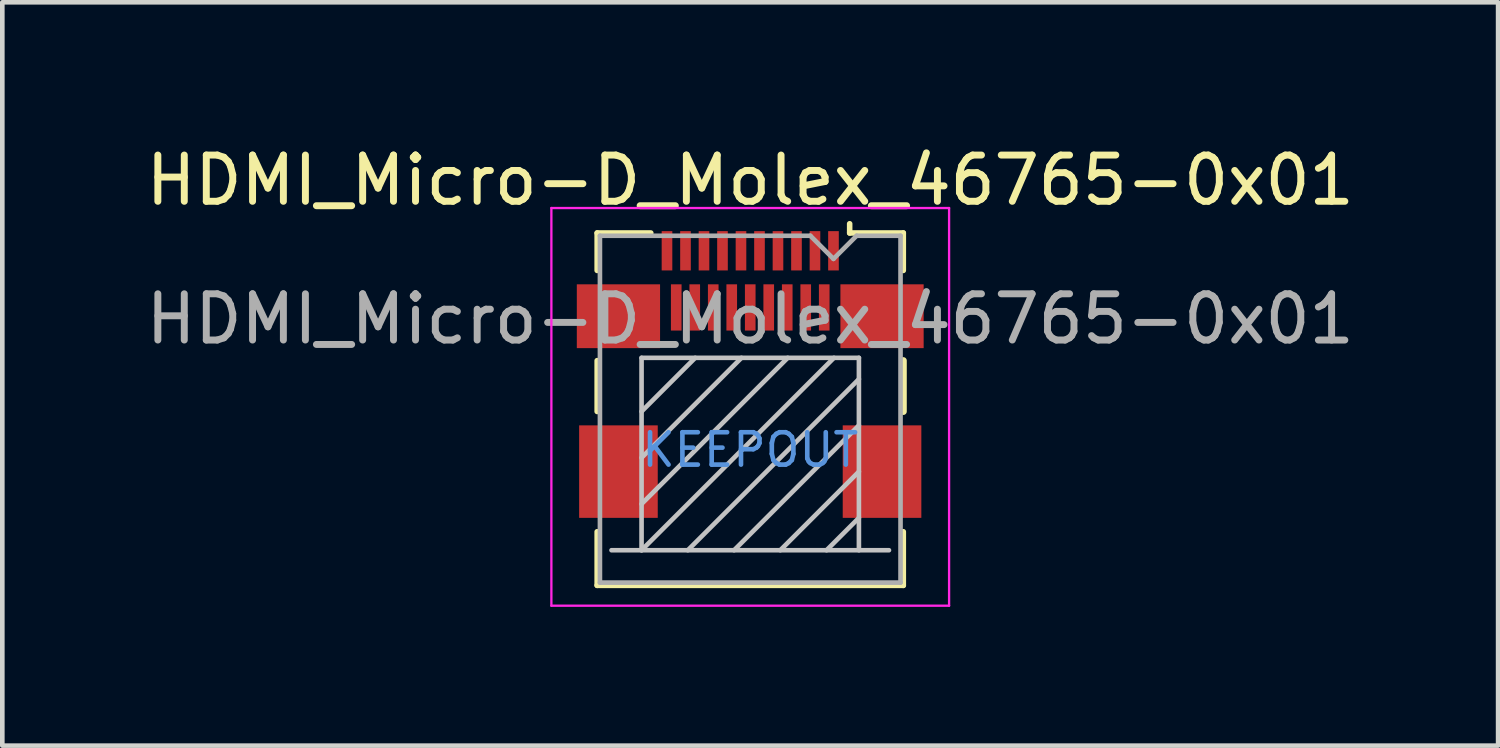
<source format=kicad_pcb>
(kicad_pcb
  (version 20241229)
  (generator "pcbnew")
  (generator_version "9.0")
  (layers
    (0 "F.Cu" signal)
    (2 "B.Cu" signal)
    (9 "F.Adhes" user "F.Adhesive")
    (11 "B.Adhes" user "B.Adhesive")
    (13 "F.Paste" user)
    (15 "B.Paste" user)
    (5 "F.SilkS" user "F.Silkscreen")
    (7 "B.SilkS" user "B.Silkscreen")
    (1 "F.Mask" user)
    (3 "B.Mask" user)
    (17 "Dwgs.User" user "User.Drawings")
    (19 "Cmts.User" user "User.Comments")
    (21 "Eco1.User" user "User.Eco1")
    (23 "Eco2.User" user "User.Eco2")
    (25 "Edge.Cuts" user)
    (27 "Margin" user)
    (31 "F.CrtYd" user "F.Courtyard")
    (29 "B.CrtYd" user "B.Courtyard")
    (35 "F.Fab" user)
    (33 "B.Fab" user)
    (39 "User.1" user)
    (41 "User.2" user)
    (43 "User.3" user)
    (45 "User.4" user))
  (footprint "HDMI_Micro-D_Molex_46765-0x01"
    (layer "F.Cu")
    (at 13.173 7.148)
    (property "Reference" "HDMI_Micro-D_Molex_46765-0x01" (at 0 -6.3 0) (layer "F.SilkS") (effects (font (size 1 1) (thickness 0.15))))
    (attr smd)
    (fp_line (start -3.31 -5.16) (end -2.15 -5.16) (stroke (width 0.12) (type solid)) (layer "F.SilkS"))
    (fp_line (start -3.31 -4.35) (end -3.31 -5.16) (stroke (width 0.12) (type solid)) (layer "F.SilkS"))
    (fp_line (start -3.31 -1.3) (end -3.31 -2.4) (stroke (width 0.12) (type solid)) (layer "F.SilkS"))
    (fp_line (start -3.31 2.46) (end -3.31 1.3) (stroke (width 0.12) (type solid)) (layer "F.SilkS"))
    (fp_line (start -3.31 2.46) (end 3.31 2.46) (stroke (width 0.12) (type solid)) (layer "F.SilkS"))
    (fp_line (start 2.15 -5.16) (end 2.15 -5.36) (stroke (width 0.12) (type solid)) (layer "F.SilkS"))
    (fp_line (start 2.15 -5.16) (end 3.31 -5.16) (stroke (width 0.12) (type solid)) (layer "F.SilkS"))
    (fp_line (start 3.31 -5.16) (end 3.31 -4.35) (stroke (width 0.12) (type solid)) (layer "F.SilkS"))
    (fp_line (start 3.31 -2.4) (end 3.31 -1.3) (stroke (width 0.15) (type solid)) (layer "F.SilkS"))
    (fp_line (start 3.31 1.3) (end 3.31 2.46) (stroke (width 0.12) (type solid)) (layer "F.SilkS"))
    (fp_line (start -3 1.7) (end 3 1.7) (stroke (width 0.1) (type solid)) (layer "Dwgs.User"))
    (fp_line (start -2.35 -2.46) (end 2.35 -2.46) (stroke (width 0.1) (type solid)) (layer "Dwgs.User"))
    (fp_line (start -2.35 -1.3) (end -1.19 -2.46) (stroke (width 0.1) (type solid)) (layer "Dwgs.User"))
    (fp_line (start -2.35 -0.3) (end -0.19 -2.46) (stroke (width 0.1) (type solid)) (layer "Dwgs.User"))
    (fp_line (start -2.35 0.7) (end 0.81 -2.46) (stroke (width 0.1) (type solid)) (layer "Dwgs.User"))
    (fp_line (start -2.35 1.7) (end -2.35 -2.46) (stroke (width 0.1) (type solid)) (layer "Dwgs.User"))
    (fp_line (start -2.35 1.7) (end 1.81 -2.46) (stroke (width 0.1) (type solid)) (layer "Dwgs.User"))
    (fp_line (start -1.35 1.7) (end 2.35 -2) (stroke (width 0.1) (type solid)) (layer "Dwgs.User"))
    (fp_line (start -0.35 1.7) (end 2.35 -1) (stroke (width 0.1) (type solid)) (layer "Dwgs.User"))
    (fp_line (start 0.65 1.7) (end 2.35 0) (stroke (width 0.1) (type solid)) (layer "Dwgs.User"))
    (fp_line (start 1.65 1.7) (end 2.35 1) (stroke (width 0.1) (type solid)) (layer "Dwgs.User"))
    (fp_line (start 2.35 -2.46) (end 2.35 1.7) (stroke (width 0.1) (type solid)) (layer "Dwgs.User"))
    (fp_line (start -4.3 -5.7) (end -4.3 2.9) (stroke (width 0.05) (type solid)) (layer "F.CrtYd"))
    (fp_line (start -4.3 2.9) (end 4.3 2.9) (stroke (width 0.05) (type solid)) (layer "F.CrtYd"))
    (fp_line (start 4.3 -5.7) (end -4.3 -5.7) (stroke (width 0.05) (type solid)) (layer "F.CrtYd"))
    (fp_line (start 4.3 2.9) (end 4.3 -5.7) (stroke (width 0.05) (type solid)) (layer "F.CrtYd"))
    (fp_line (start -3.25 -5.1) (end 1.3 -5.1) (stroke (width 0.1) (type solid)) (layer "F.Fab"))
    (fp_line (start -3.25 2.4) (end -3.25 -5.1) (stroke (width 0.1) (type solid)) (layer "F.Fab"))
    (fp_line (start 1.8 -4.6) (end 1.3 -5.1) (stroke (width 0.1) (type solid)) (layer "F.Fab"))
    (fp_line (start 1.8 -4.6) (end 2.3 -5.1) (stroke (width 0.1) (type solid)) (layer "F.Fab"))
    (fp_line (start 2.3 -5.1) (end 3.25 -5.1) (stroke (width 0.1) (type solid)) (layer "F.Fab"))
    (fp_line (start 3.25 -5.1) (end 3.25 2.4) (stroke (width 0.1) (type solid)) (layer "F.Fab"))
    (fp_line (start 3.25 2.4) (end -3.25 2.4) (stroke (width 0.1) (type solid)) (layer "F.Fab"))
    (fp_text user "KEEPOUT" (at 0 -0.47 0) (layer "Cmts.User") (effects (font (size 0.7 0.7) (thickness 0.1))))
    (fp_text user "${REFERENCE}" (at 0 -3.3 0) (layer "F.Fab") (effects (font (size 1 1) (thickness 0.15))))
    (pad "1" smd rect (at 1.8 -4.775) (size 0.23 0.85) (layers "F.Cu" "F.Mask" "F.Paste"))
    (pad "2" smd rect (at 1.6 -3.55) (size 0.23 1) (layers "F.Cu" "F.Mask" "F.Paste"))
    (pad "3" smd rect (at 1.4 -4.775) (size 0.23 0.85) (layers "F.Cu" "F.Mask" "F.Paste"))
    (pad "4" smd rect (at 1.2 -3.55) (size 0.23 1) (layers "F.Cu" "F.Mask" "F.Paste"))
    (pad "5" smd rect (at 1 -4.775) (size 0.23 0.85) (layers "F.Cu" "F.Mask" "F.Paste"))
    (pad "6" smd rect (at 0.8 -3.55) (size 0.23 1) (layers "F.Cu" "F.Mask" "F.Paste"))
    (pad "7" smd rect (at 0.6 -4.775) (size 0.23 0.85) (layers "F.Cu" "F.Mask" "F.Paste"))
    (pad "8" smd rect (at 0.4 -3.55) (size 0.23 1) (layers "F.Cu" "F.Mask" "F.Paste"))
    (pad "9" smd rect (at 0.2 -4.775) (size 0.23 0.85) (layers "F.Cu" "F.Mask" "F.Paste"))
    (pad "10" smd rect (at 0 -3.55) (size 0.23 1) (layers "F.Cu" "F.Mask" "F.Paste"))
    (pad "11" smd rect (at -0.2 -4.775) (size 0.23 0.85) (layers "F.Cu" "F.Mask" "F.Paste"))
    (pad "12" smd rect (at -0.4 -3.55) (size 0.23 1) (layers "F.Cu" "F.Mask" "F.Paste"))
    (pad "13" smd rect (at -0.6 -4.775) (size 0.23 0.85) (layers "F.Cu" "F.Mask" "F.Paste"))
    (pad "14" smd rect (at -0.8 -3.55) (size 0.23 1) (layers "F.Cu" "F.Mask" "F.Paste"))
    (pad "15" smd rect (at -1 -4.775) (size 0.23 0.85) (layers "F.Cu" "F.Mask" "F.Paste"))
    (pad "16" smd rect (at -1.2 -3.55) (size 0.23 1) (layers "F.Cu" "F.Mask" "F.Paste"))
    (pad "17" smd rect (at -1.4 -4.775) (size 0.23 0.85) (layers "F.Cu" "F.Mask" "F.Paste"))
    (pad "18" smd rect (at -1.6 -3.55) (size 0.23 1) (layers "F.Cu" "F.Mask" "F.Paste"))
    (pad "19" smd rect (at -1.8 -4.775) (size 0.23 0.85) (layers "F.Cu" "F.Mask" "F.Paste"))
    (pad "SH" smd rect (at -2.85 -3.36) (size 1.8 1.38) (layers "F.Cu" "F.Mask" "F.Paste"))
    (pad "SH" smd rect (at -2.85 0) (size 1.7 2) (layers "F.Cu" "F.Mask" "F.Paste"))
    (pad "SH" smd rect (at 2.85 -3.36) (size 1.8 1.38) (layers "F.Cu" "F.Mask" "F.Paste"))
    (pad "SH" smd rect (at 2.85 0) (size 1.7 2) (layers "F.Cu" "F.Mask" "F.Paste")))
  (gr_rect
    (start -3 -3)
    (end 29.345 13.073)
    (stroke (width 0.1) (type default))
    (fill no)
    (layer "Edge.Cuts")))
</source>
